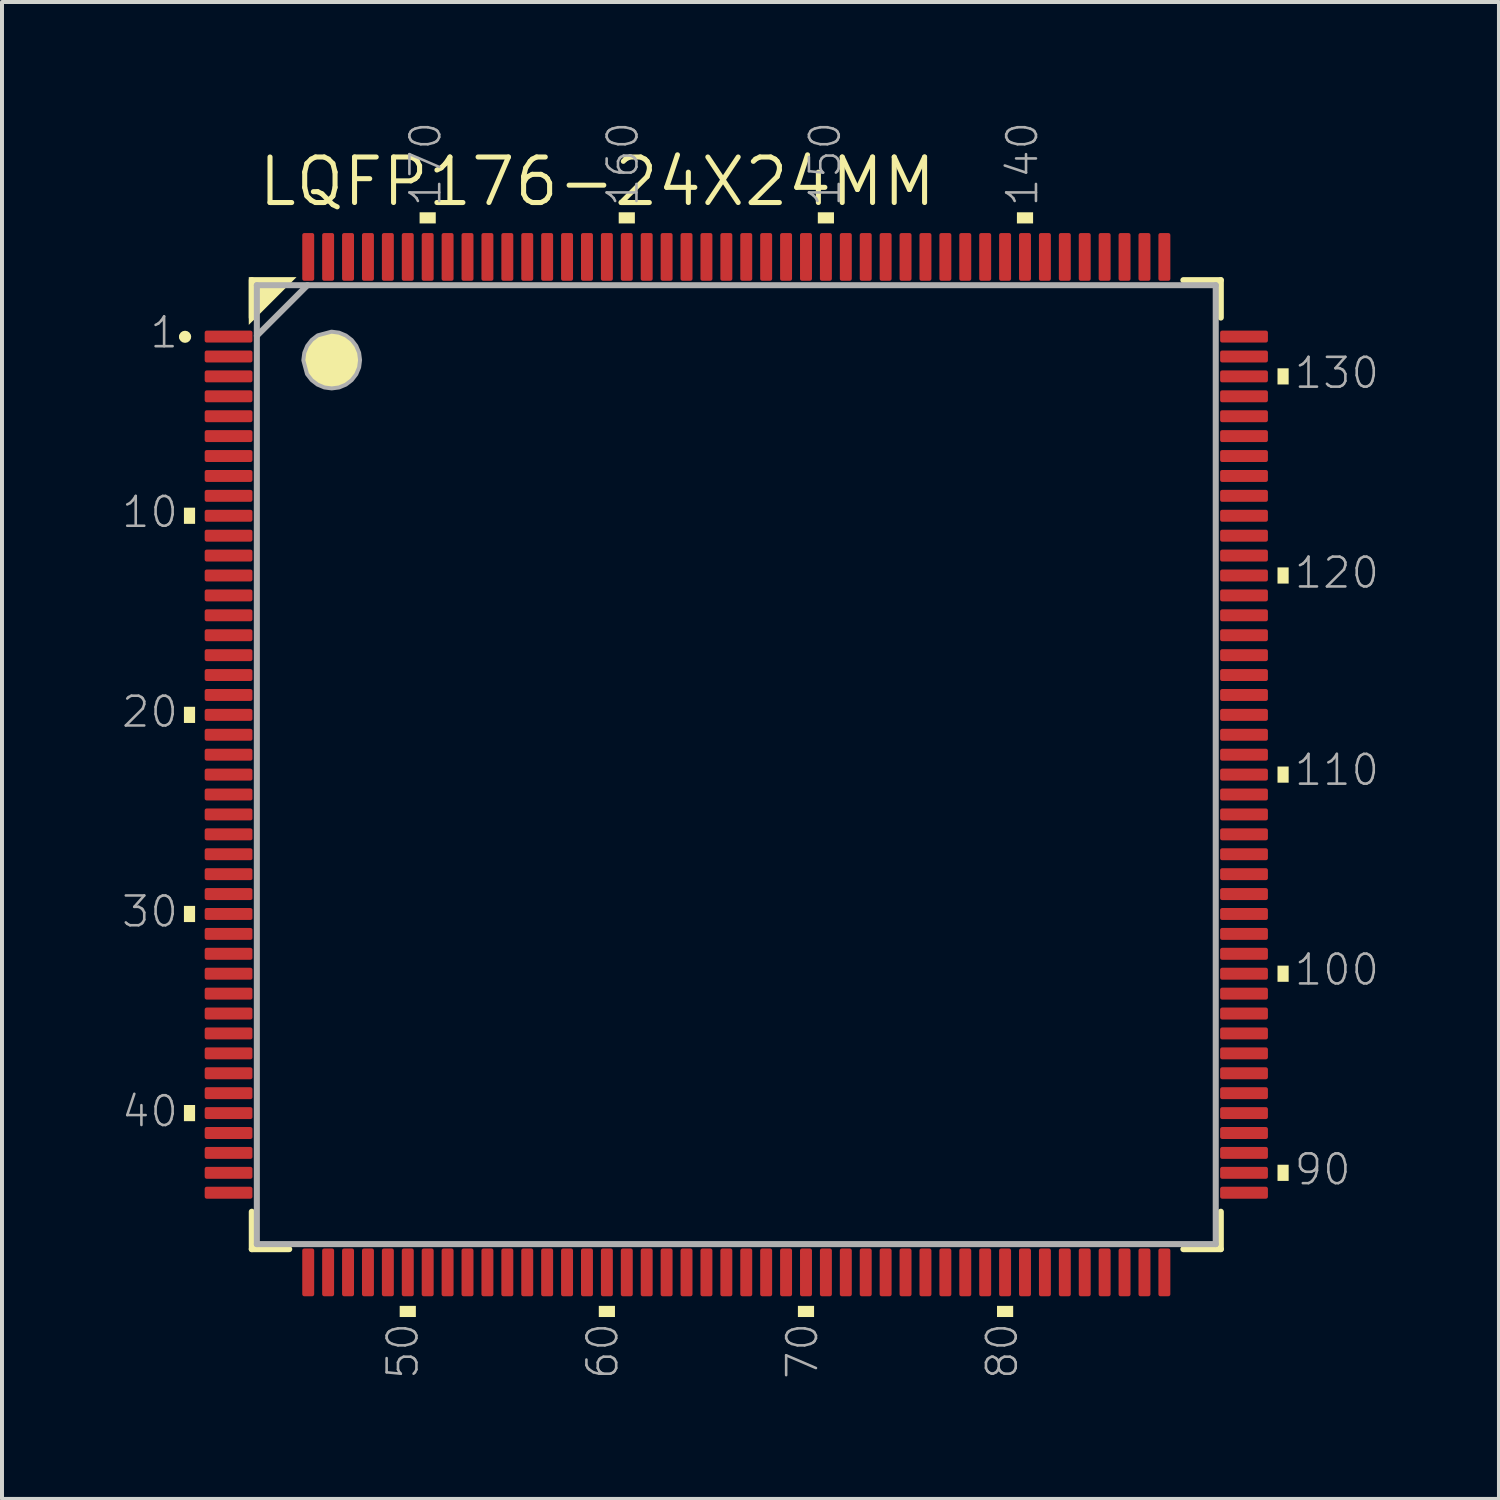
<source format=kicad_pcb>
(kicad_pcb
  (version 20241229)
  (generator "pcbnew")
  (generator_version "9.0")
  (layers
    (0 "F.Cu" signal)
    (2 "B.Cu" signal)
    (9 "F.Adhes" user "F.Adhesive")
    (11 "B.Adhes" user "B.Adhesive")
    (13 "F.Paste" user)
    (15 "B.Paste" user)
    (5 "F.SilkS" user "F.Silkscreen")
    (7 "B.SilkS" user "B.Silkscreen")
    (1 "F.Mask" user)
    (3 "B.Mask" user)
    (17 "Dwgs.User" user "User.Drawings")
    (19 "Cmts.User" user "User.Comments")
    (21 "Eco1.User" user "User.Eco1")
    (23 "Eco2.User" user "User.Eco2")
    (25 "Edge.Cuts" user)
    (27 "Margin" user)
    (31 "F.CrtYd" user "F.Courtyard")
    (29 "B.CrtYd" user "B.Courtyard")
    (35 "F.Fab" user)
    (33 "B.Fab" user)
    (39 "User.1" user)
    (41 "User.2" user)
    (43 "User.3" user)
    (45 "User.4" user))
  (footprint "LQFP176-24X24MM"
    (layer "F.Cu")
    (at 15.44 16.152)
    (property "Reference" "LQFP176-24X24MM" (at -12.065 -13.97 0) (layer "F.SilkS") (effects (font (size 1.143 1.143) (thickness 0.127)) (justify left bottom)))
    (fp_line (start -12.167 -12.167) (end -12.167 -11.227) (stroke (width 0.152) (type solid)) (layer "F.SilkS"))
    (fp_line (start -12.167 11.227) (end -12.167 12.167) (stroke (width 0.152) (type solid)) (layer "F.SilkS"))
    (fp_line (start -12.167 12.167) (end -11.227 12.167) (stroke (width 0.152) (type solid)) (layer "F.SilkS"))
    (fp_line (start 11.227 12.167) (end 12.167 12.167) (stroke (width 0.152) (type solid)) (layer "F.SilkS"))
    (fp_line (start 12.167 -12.167) (end 11.227 -12.167) (stroke (width 0.152) (type solid)) (layer "F.SilkS"))
    (fp_line (start 12.167 -11.227) (end 12.167 -12.167) (stroke (width 0.152) (type solid)) (layer "F.SilkS"))
    (fp_line (start 12.167 12.167) (end 12.167 11.227) (stroke (width 0.152) (type solid)) (layer "F.SilkS"))
    (fp_arc (start -13.9192 -10.7442) (mid -13.843 -10.8204) (end -13.7668 -10.7442) (stroke (width 0.1524) (type solid)) (layer "F.SilkS"))
    (fp_arc (start -13.7668 -10.7442) (mid -13.843 -10.668) (end -13.9192 -10.7442) (stroke (width 0.1524) (type solid)) (layer "F.SilkS"))
    (fp_poly (pts (xy -12.243 -11.043) (xy -12.243 -12.243) (xy -11.043 -12.243)) (stroke (width 0) (type default)) (fill yes) (layer "F.SilkS"))
    (fp_poly (pts (xy -13.591 -6.047) (xy -13.871 -6.047) (xy -13.871 -6.453) (xy -13.591 -6.453)) (stroke (width 0) (type default)) (fill yes) (layer "F.SilkS"))
    (fp_poly (pts (xy -13.591 -1.047) (xy -13.871 -1.047) (xy -13.871 -1.453) (xy -13.591 -1.453)) (stroke (width 0) (type default)) (fill yes) (layer "F.SilkS"))
    (fp_poly (pts (xy -13.591 3.953) (xy -13.871 3.953) (xy -13.871 3.547) (xy -13.591 3.547)) (stroke (width 0) (type default)) (fill yes) (layer "F.SilkS"))
    (fp_poly (pts (xy -13.591 8.953) (xy -13.871 8.953) (xy -13.871 8.547) (xy -13.591 8.547)) (stroke (width 0) (type default)) (fill yes) (layer "F.SilkS"))
    (fp_poly (pts (xy -8.047 13.871) (xy -8.453 13.871) (xy -8.453 13.591) (xy -8.047 13.591)) (stroke (width 0) (type default)) (fill yes) (layer "F.SilkS"))
    (fp_poly (pts (xy -7.547 -13.591) (xy -7.953 -13.591) (xy -7.953 -13.871) (xy -7.547 -13.871)) (stroke (width 0) (type default)) (fill yes) (layer "F.SilkS"))
    (fp_poly (pts (xy -3.047 13.871) (xy -3.453 13.871) (xy -3.453 13.591) (xy -3.047 13.591)) (stroke (width 0) (type default)) (fill yes) (layer "F.SilkS"))
    (fp_poly (pts (xy -2.547 -13.591) (xy -2.953 -13.591) (xy -2.953 -13.871) (xy -2.547 -13.871)) (stroke (width 0) (type default)) (fill yes) (layer "F.SilkS"))
    (fp_poly (pts (xy 1.953 13.871) (xy 1.547 13.871) (xy 1.547 13.591) (xy 1.953 13.591)) (stroke (width 0) (type default)) (fill yes) (layer "F.SilkS"))
    (fp_poly (pts (xy 2.453 -13.591) (xy 2.047 -13.591) (xy 2.047 -13.871) (xy 2.453 -13.871)) (stroke (width 0) (type default)) (fill yes) (layer "F.SilkS"))
    (fp_poly (pts (xy 6.953 13.871) (xy 6.547 13.871) (xy 6.547 13.591) (xy 6.953 13.591)) (stroke (width 0) (type default)) (fill yes) (layer "F.SilkS"))
    (fp_poly (pts (xy 7.453 -13.591) (xy 7.047 -13.591) (xy 7.047 -13.871) (xy 7.453 -13.871)) (stroke (width 0) (type default)) (fill yes) (layer "F.SilkS"))
    (fp_poly (pts (xy 13.871 -9.547) (xy 13.591 -9.547) (xy 13.591 -9.953) (xy 13.871 -9.953)) (stroke (width 0) (type default)) (fill yes) (layer "F.SilkS"))
    (fp_poly (pts (xy 13.871 -4.547) (xy 13.591 -4.547) (xy 13.591 -4.953) (xy 13.871 -4.953)) (stroke (width 0) (type default)) (fill yes) (layer "F.SilkS"))
    (fp_poly (pts (xy 13.871 0.453) (xy 13.591 0.453) (xy 13.591 0.047) (xy 13.871 0.047)) (stroke (width 0) (type default)) (fill yes) (layer "F.SilkS"))
    (fp_poly (pts (xy 13.871 5.453) (xy 13.591 5.453) (xy 13.591 5.047) (xy 13.871 5.047)) (stroke (width 0) (type default)) (fill yes) (layer "F.SilkS"))
    (fp_poly (pts (xy 13.871 10.453) (xy 13.591 10.453) (xy 13.591 10.047) (xy 13.871 10.047)) (stroke (width 0) (type default)) (fill yes) (layer "F.SilkS"))
    (fp_poly (pts (xy -9.976 -10.848) (xy -9.804 -10.776) (xy -9.657 -10.663) (xy -9.544 -10.516) (xy -9.472 -10.344) (xy -9.448 -10.16) (xy -9.472 -9.976) (xy -9.544 -9.804) (xy -9.657 -9.657) (xy -9.804 -9.544) (xy -9.976 -9.472) (xy -10.16 -9.448) (xy -10.344 -9.472) (xy -10.516 -9.544) (xy -10.663 -9.657) (xy -10.78 -9.808) (xy -10.873 -10.155) (xy -10.848 -10.344) (xy -10.776 -10.516) (xy -10.663 -10.663) (xy -10.512 -10.78) (xy -10.165 -10.873)) (stroke (width 0) (type default)) (fill yes) (layer "F.SilkS"))
    (fp_line (start -12.04 -12.04) (end -12.04 12.04) (stroke (width 0.152) (type solid)) (layer "F.Fab"))
    (fp_line (start -12.04 -10.77) (end -10.77 -12.04) (stroke (width 0.152) (type solid)) (layer "F.Fab"))
    (fp_line (start -12.04 12.04) (end 12.04 12.04) (stroke (width 0.152) (type solid)) (layer "F.Fab"))
    (fp_line (start 12.04 -12.04) (end -12.04 -12.04) (stroke (width 0.152) (type solid)) (layer "F.Fab"))
    (fp_line (start 12.04 12.04) (end 12.04 -12.04) (stroke (width 0.152) (type solid)) (layer "F.Fab"))
    (fp_poly (pts (xy -9.976 -10.848) (xy -9.804 -10.776) (xy -9.657 -10.663) (xy -9.544 -10.516) (xy -9.472 -10.344) (xy -9.448 -10.16) (xy -9.472 -9.976) (xy -9.544 -9.804) (xy -9.657 -9.657) (xy -9.804 -9.544) (xy -9.976 -9.472) (xy -10.16 -9.448) (xy -10.344 -9.472) (xy -10.516 -9.544) (xy -10.663 -9.657) (xy -10.78 -9.808) (xy -10.873 -10.155) (xy -10.848 -10.344) (xy -10.776 -10.516) (xy -10.663 -10.663) (xy -10.512 -10.78) (xy -10.165 -10.873)) (stroke (width 0.1) (type default)) (fill no) (layer "F.Fab"))
    (fp_text user "70" (at 2.095 13.97 90) (layer "F.Fab") (effects (font (size 0.748 0.748) (thickness 0.065)) (justify right bottom)))
    (fp_text user "10" (at -13.97 -5.905 0) (layer "F.Fab") (effects (font (size 0.748 0.748) (thickness 0.065)) (justify right bottom)))
    (fp_text user "130" (at 13.97 -9.398 0) (layer "F.Fab") (effects (font (size 0.748 0.748) (thickness 0.065)) (justify left bottom)))
    (fp_text user "110" (at 13.97 0.572 0) (layer "F.Fab") (effects (font (size 0.748 0.748) (thickness 0.065)) (justify left bottom)))
    (fp_text user "120" (at 13.97 -4.381 0) (layer "F.Fab") (effects (font (size 0.748 0.748) (thickness 0.065)) (justify left bottom)))
    (fp_text user "150" (at 2.667 -13.97 90) (layer "F.Fab") (effects (font (size 0.748 0.748) (thickness 0.065)) (justify left bottom)))
    (fp_text user "30" (at -13.97 4.128 0) (layer "F.Fab") (effects (font (size 0.748 0.748) (thickness 0.065)) (justify right bottom)))
    (fp_text user "90" (at 13.97 10.604 0) (layer "F.Fab") (effects (font (size 0.748 0.748) (thickness 0.065)) (justify left bottom)))
    (fp_text user "1" (at -13.97 -10.414 0) (layer "F.Fab") (effects (font (size 0.748 0.748) (thickness 0.065)) (justify right bottom)))
    (fp_text user "160" (at -2.413 -13.97 90) (layer "F.Fab") (effects (font (size 0.748 0.748) (thickness 0.065)) (justify left bottom)))
    (fp_text user "80" (at 7.112 13.97 90) (layer "F.Fab") (effects (font (size 0.748 0.748) (thickness 0.065)) (justify right bottom)))
    (fp_text user "100" (at 13.97 5.588 0) (layer "F.Fab") (effects (font (size 0.748 0.748) (thickness 0.065)) (justify left bottom)))
    (fp_text user "40" (at -13.97 9.144 0) (layer "F.Fab") (effects (font (size 0.748 0.748) (thickness 0.065)) (justify right bottom)))
    (fp_text user "60" (at -2.921 13.97 90) (layer "F.Fab") (effects (font (size 0.748 0.748) (thickness 0.065)) (justify right bottom)))
    (fp_text user "20" (at -13.97 -0.889 0) (layer "F.Fab") (effects (font (size 0.748 0.748) (thickness 0.065)) (justify right bottom)))
    (fp_text user "170" (at -7.366 -13.97 90) (layer "F.Fab") (effects (font (size 0.748 0.748) (thickness 0.065)) (justify left bottom)))
    (fp_text user "140" (at 7.62 -13.97 90) (layer "F.Fab") (effects (font (size 0.748 0.748) (thickness 0.065)) (justify left bottom)))
    (fp_text user "50" (at -7.938 13.97 90) (layer "F.Fab") (effects (font (size 0.748 0.748) (thickness 0.065)) (justify right bottom)))
    (pad "1" smd roundrect (at -12.75 -10.75) (size 1.2 0.3) (layers "F.Cu" "F.Mask" "F.Paste") (roundrect_rratio 0.169))
    (pad "2" smd roundrect (at -12.75 -10.25) (size 1.2 0.3) (layers "F.Cu" "F.Mask" "F.Paste") (roundrect_rratio 0.169))
    (pad "3" smd roundrect (at -12.75 -9.75) (size 1.2 0.3) (layers "F.Cu" "F.Mask" "F.Paste") (roundrect_rratio 0.169))
    (pad "4" smd roundrect (at -12.75 -9.25) (size 1.2 0.3) (layers "F.Cu" "F.Mask" "F.Paste") (roundrect_rratio 0.169))
    (pad "5" smd roundrect (at -12.75 -8.75) (size 1.2 0.3) (layers "F.Cu" "F.Mask" "F.Paste") (roundrect_rratio 0.169))
    (pad "6" smd roundrect (at -12.75 -8.25) (size 1.2 0.3) (layers "F.Cu" "F.Mask" "F.Paste") (roundrect_rratio 0.169))
    (pad "7" smd roundrect (at -12.75 -7.75) (size 1.2 0.3) (layers "F.Cu" "F.Mask" "F.Paste") (roundrect_rratio 0.169))
    (pad "8" smd roundrect (at -12.75 -7.25) (size 1.2 0.3) (layers "F.Cu" "F.Mask" "F.Paste") (roundrect_rratio 0.169))
    (pad "9" smd roundrect (at -12.75 -6.75) (size 1.2 0.3) (layers "F.Cu" "F.Mask" "F.Paste") (roundrect_rratio 0.169))
    (pad "10" smd roundrect (at -12.75 -6.25) (size 1.2 0.3) (layers "F.Cu" "F.Mask" "F.Paste") (roundrect_rratio 0.169))
    (pad "11" smd roundrect (at -12.75 -5.75) (size 1.2 0.3) (layers "F.Cu" "F.Mask" "F.Paste") (roundrect_rratio 0.169))
    (pad "12" smd roundrect (at -12.75 -5.25) (size 1.2 0.3) (layers "F.Cu" "F.Mask" "F.Paste") (roundrect_rratio 0.169))
    (pad "13" smd roundrect (at -12.75 -4.75) (size 1.2 0.3) (layers "F.Cu" "F.Mask" "F.Paste") (roundrect_rratio 0.169))
    (pad "14" smd roundrect (at -12.75 -4.25) (size 1.2 0.3) (layers "F.Cu" "F.Mask" "F.Paste") (roundrect_rratio 0.169))
    (pad "15" smd roundrect (at -12.75 -3.75) (size 1.2 0.3) (layers "F.Cu" "F.Mask" "F.Paste") (roundrect_rratio 0.169))
    (pad "16" smd roundrect (at -12.75 -3.25) (size 1.2 0.3) (layers "F.Cu" "F.Mask" "F.Paste") (roundrect_rratio 0.169))
    (pad "17" smd roundrect (at -12.75 -2.75) (size 1.2 0.3) (layers "F.Cu" "F.Mask" "F.Paste") (roundrect_rratio 0.169))
    (pad "18" smd roundrect (at -12.75 -2.25) (size 1.2 0.3) (layers "F.Cu" "F.Mask" "F.Paste") (roundrect_rratio 0.169))
    (pad "19" smd roundrect (at -12.75 -1.75) (size 1.2 0.3) (layers "F.Cu" "F.Mask" "F.Paste") (roundrect_rratio 0.169))
    (pad "20" smd roundrect (at -12.75 -1.25) (size 1.2 0.3) (layers "F.Cu" "F.Mask" "F.Paste") (roundrect_rratio 0.169))
    (pad "21" smd roundrect (at -12.75 -0.75) (size 1.2 0.3) (layers "F.Cu" "F.Mask" "F.Paste") (roundrect_rratio 0.169))
    (pad "22" smd roundrect (at -12.75 -0.25) (size 1.2 0.3) (layers "F.Cu" "F.Mask" "F.Paste") (roundrect_rratio 0.169))
    (pad "23" smd roundrect (at -12.75 0.25) (size 1.2 0.3) (layers "F.Cu" "F.Mask" "F.Paste") (roundrect_rratio 0.169))
    (pad "24" smd roundrect (at -12.75 0.75) (size 1.2 0.3) (layers "F.Cu" "F.Mask" "F.Paste") (roundrect_rratio 0.169))
    (pad "25" smd roundrect (at -12.75 1.25) (size 1.2 0.3) (layers "F.Cu" "F.Mask" "F.Paste") (roundrect_rratio 0.169))
    (pad "26" smd roundrect (at -12.75 1.75) (size 1.2 0.3) (layers "F.Cu" "F.Mask" "F.Paste") (roundrect_rratio 0.169))
    (pad "27" smd roundrect (at -12.75 2.25) (size 1.2 0.3) (layers "F.Cu" "F.Mask" "F.Paste") (roundrect_rratio 0.169))
    (pad "28" smd roundrect (at -12.75 2.75) (size 1.2 0.3) (layers "F.Cu" "F.Mask" "F.Paste") (roundrect_rratio 0.169))
    (pad "29" smd roundrect (at -12.75 3.25) (size 1.2 0.3) (layers "F.Cu" "F.Mask" "F.Paste") (roundrect_rratio 0.169))
    (pad "30" smd roundrect (at -12.75 3.75) (size 1.2 0.3) (layers "F.Cu" "F.Mask" "F.Paste") (roundrect_rratio 0.169))
    (pad "31" smd roundrect (at -12.75 4.25) (size 1.2 0.3) (layers "F.Cu" "F.Mask" "F.Paste") (roundrect_rratio 0.169))
    (pad "32" smd roundrect (at -12.75 4.75) (size 1.2 0.3) (layers "F.Cu" "F.Mask" "F.Paste") (roundrect_rratio 0.169))
    (pad "33" smd roundrect (at -12.75 5.25) (size 1.2 0.3) (layers "F.Cu" "F.Mask" "F.Paste") (roundrect_rratio 0.169))
    (pad "34" smd roundrect (at -12.75 5.75) (size 1.2 0.3) (layers "F.Cu" "F.Mask" "F.Paste") (roundrect_rratio 0.169))
    (pad "35" smd roundrect (at -12.75 6.25) (size 1.2 0.3) (layers "F.Cu" "F.Mask" "F.Paste") (roundrect_rratio 0.169))
    (pad "36" smd roundrect (at -12.75 6.75) (size 1.2 0.3) (layers "F.Cu" "F.Mask" "F.Paste") (roundrect_rratio 0.169))
    (pad "37" smd roundrect (at -12.75 7.25) (size 1.2 0.3) (layers "F.Cu" "F.Mask" "F.Paste") (roundrect_rratio 0.169))
    (pad "38" smd roundrect (at -12.75 7.75) (size 1.2 0.3) (layers "F.Cu" "F.Mask" "F.Paste") (roundrect_rratio 0.169))
    (pad "39" smd roundrect (at -12.75 8.25) (size 1.2 0.3) (layers "F.Cu" "F.Mask" "F.Paste") (roundrect_rratio 0.169))
    (pad "40" smd roundrect (at -12.75 8.75) (size 1.2 0.3) (layers "F.Cu" "F.Mask" "F.Paste") (roundrect_rratio 0.169))
    (pad "41" smd roundrect (at -12.75 9.25) (size 1.2 0.3) (layers "F.Cu" "F.Mask" "F.Paste") (roundrect_rratio 0.169))
    (pad "42" smd roundrect (at -12.75 9.75) (size 1.2 0.3) (layers "F.Cu" "F.Mask" "F.Paste") (roundrect_rratio 0.169))
    (pad "43" smd roundrect (at -12.75 10.25) (size 1.2 0.3) (layers "F.Cu" "F.Mask" "F.Paste") (roundrect_rratio 0.169))
    (pad "44" smd roundrect (at -12.75 10.75) (size 1.2 0.3) (layers "F.Cu" "F.Mask" "F.Paste") (roundrect_rratio 0.169))
    (pad "45" smd roundrect (at -10.75 12.75 90) (size 1.2 0.3) (layers "F.Cu" "F.Mask" "F.Paste") (roundrect_rratio 0.169))
    (pad "46" smd roundrect (at -10.25 12.75 90) (size 1.2 0.3) (layers "F.Cu" "F.Mask" "F.Paste") (roundrect_rratio 0.169))
    (pad "47" smd roundrect (at -9.75 12.75 90) (size 1.2 0.3) (layers "F.Cu" "F.Mask" "F.Paste") (roundrect_rratio 0.169))
    (pad "48" smd roundrect (at -9.25 12.75 90) (size 1.2 0.3) (layers "F.Cu" "F.Mask" "F.Paste") (roundrect_rratio 0.169))
    (pad "49" smd roundrect (at -8.75 12.75 90) (size 1.2 0.3) (layers "F.Cu" "F.Mask" "F.Paste") (roundrect_rratio 0.169))
    (pad "50" smd roundrect (at -8.25 12.75 90) (size 1.2 0.3) (layers "F.Cu" "F.Mask" "F.Paste") (roundrect_rratio 0.169))
    (pad "51" smd roundrect (at -7.75 12.75 90) (size 1.2 0.3) (layers "F.Cu" "F.Mask" "F.Paste") (roundrect_rratio 0.169))
    (pad "52" smd roundrect (at -7.25 12.75 90) (size 1.2 0.3) (layers "F.Cu" "F.Mask" "F.Paste") (roundrect_rratio 0.169))
    (pad "53" smd roundrect (at -6.75 12.75 90) (size 1.2 0.3) (layers "F.Cu" "F.Mask" "F.Paste") (roundrect_rratio 0.169))
    (pad "54" smd roundrect (at -6.25 12.75 90) (size 1.2 0.3) (layers "F.Cu" "F.Mask" "F.Paste") (roundrect_rratio 0.169))
    (pad "55" smd roundrect (at -5.75 12.75 90) (size 1.2 0.3) (layers "F.Cu" "F.Mask" "F.Paste") (roundrect_rratio 0.169))
    (pad "56" smd roundrect (at -5.25 12.75 90) (size 1.2 0.3) (layers "F.Cu" "F.Mask" "F.Paste") (roundrect_rratio 0.169))
    (pad "57" smd roundrect (at -4.75 12.75 90) (size 1.2 0.3) (layers "F.Cu" "F.Mask" "F.Paste") (roundrect_rratio 0.169))
    (pad "58" smd roundrect (at -4.25 12.75 90) (size 1.2 0.3) (layers "F.Cu" "F.Mask" "F.Paste") (roundrect_rratio 0.169))
    (pad "59" smd roundrect (at -3.75 12.75 90) (size 1.2 0.3) (layers "F.Cu" "F.Mask" "F.Paste") (roundrect_rratio 0.169))
    (pad "60" smd roundrect (at -3.25 12.75 90) (size 1.2 0.3) (layers "F.Cu" "F.Mask" "F.Paste") (roundrect_rratio 0.169))
    (pad "61" smd roundrect (at -2.75 12.75 90) (size 1.2 0.3) (layers "F.Cu" "F.Mask" "F.Paste") (roundrect_rratio 0.169))
    (pad "62" smd roundrect (at -2.25 12.75 90) (size 1.2 0.3) (layers "F.Cu" "F.Mask" "F.Paste") (roundrect_rratio 0.169))
    (pad "63" smd roundrect (at -1.75 12.75 90) (size 1.2 0.3) (layers "F.Cu" "F.Mask" "F.Paste") (roundrect_rratio 0.169))
    (pad "64" smd roundrect (at -1.25 12.75 90) (size 1.2 0.3) (layers "F.Cu" "F.Mask" "F.Paste") (roundrect_rratio 0.169))
    (pad "65" smd roundrect (at -0.75 12.75 90) (size 1.2 0.3) (layers "F.Cu" "F.Mask" "F.Paste") (roundrect_rratio 0.169))
    (pad "66" smd roundrect (at -0.25 12.75 90) (size 1.2 0.3) (layers "F.Cu" "F.Mask" "F.Paste") (roundrect_rratio 0.169))
    (pad "67" smd roundrect (at 0.25 12.75 90) (size 1.2 0.3) (layers "F.Cu" "F.Mask" "F.Paste") (roundrect_rratio 0.169))
    (pad "68" smd roundrect (at 0.75 12.75 90) (size 1.2 0.3) (layers "F.Cu" "F.Mask" "F.Paste") (roundrect_rratio 0.169))
    (pad "69" smd roundrect (at 1.25 12.75 90) (size 1.2 0.3) (layers "F.Cu" "F.Mask" "F.Paste") (roundrect_rratio 0.169))
    (pad "70" smd roundrect (at 1.75 12.75 90) (size 1.2 0.3) (layers "F.Cu" "F.Mask" "F.Paste") (roundrect_rratio 0.169))
    (pad "71" smd roundrect (at 2.25 12.75 90) (size 1.2 0.3) (layers "F.Cu" "F.Mask" "F.Paste") (roundrect_rratio 0.169))
    (pad "72" smd roundrect (at 2.75 12.75 90) (size 1.2 0.3) (layers "F.Cu" "F.Mask" "F.Paste") (roundrect_rratio 0.169))
    (pad "73" smd roundrect (at 3.25 12.75 90) (size 1.2 0.3) (layers "F.Cu" "F.Mask" "F.Paste") (roundrect_rratio 0.169))
    (pad "74" smd roundrect (at 3.75 12.75 90) (size 1.2 0.3) (layers "F.Cu" "F.Mask" "F.Paste") (roundrect_rratio 0.169))
    (pad "75" smd roundrect (at 4.25 12.75 90) (size 1.2 0.3) (layers "F.Cu" "F.Mask" "F.Paste") (roundrect_rratio 0.169))
    (pad "76" smd roundrect (at 4.75 12.75 90) (size 1.2 0.3) (layers "F.Cu" "F.Mask" "F.Paste") (roundrect_rratio 0.169))
    (pad "77" smd roundrect (at 5.25 12.75 90) (size 1.2 0.3) (layers "F.Cu" "F.Mask" "F.Paste") (roundrect_rratio 0.169))
    (pad "78" smd roundrect (at 5.75 12.75 90) (size 1.2 0.3) (layers "F.Cu" "F.Mask" "F.Paste") (roundrect_rratio 0.169))
    (pad "79" smd roundrect (at 6.25 12.75 90) (size 1.2 0.3) (layers "F.Cu" "F.Mask" "F.Paste") (roundrect_rratio 0.169))
    (pad "80" smd roundrect (at 6.75 12.75 90) (size 1.2 0.3) (layers "F.Cu" "F.Mask" "F.Paste") (roundrect_rratio 0.169))
    (pad "81" smd roundrect (at 7.25 12.75 90) (size 1.2 0.3) (layers "F.Cu" "F.Mask" "F.Paste") (roundrect_rratio 0.169))
    (pad "82" smd roundrect (at 7.75 12.75 90) (size 1.2 0.3) (layers "F.Cu" "F.Mask" "F.Paste") (roundrect_rratio 0.169))
    (pad "83" smd roundrect (at 8.25 12.75 90) (size 1.2 0.3) (layers "F.Cu" "F.Mask" "F.Paste") (roundrect_rratio 0.169))
    (pad "84" smd roundrect (at 8.75 12.75 90) (size 1.2 0.3) (layers "F.Cu" "F.Mask" "F.Paste") (roundrect_rratio 0.169))
    (pad "85" smd roundrect (at 9.25 12.75 90) (size 1.2 0.3) (layers "F.Cu" "F.Mask" "F.Paste") (roundrect_rratio 0.169))
    (pad "86" smd roundrect (at 9.75 12.75 90) (size 1.2 0.3) (layers "F.Cu" "F.Mask" "F.Paste") (roundrect_rratio 0.169))
    (pad "87" smd roundrect (at 10.25 12.75 90) (size 1.2 0.3) (layers "F.Cu" "F.Mask" "F.Paste") (roundrect_rratio 0.169))
    (pad "88" smd roundrect (at 10.75 12.75 90) (size 1.2 0.3) (layers "F.Cu" "F.Mask" "F.Paste") (roundrect_rratio 0.169))
    (pad "89" smd roundrect (at 12.75 10.75 180) (size 1.2 0.3) (layers "F.Cu" "F.Mask" "F.Paste") (roundrect_rratio 0.169))
    (pad "90" smd roundrect (at 12.75 10.25 180) (size 1.2 0.3) (layers "F.Cu" "F.Mask" "F.Paste") (roundrect_rratio 0.169))
    (pad "91" smd roundrect (at 12.75 9.75 180) (size 1.2 0.3) (layers "F.Cu" "F.Mask" "F.Paste") (roundrect_rratio 0.169))
    (pad "92" smd roundrect (at 12.75 9.25 180) (size 1.2 0.3) (layers "F.Cu" "F.Mask" "F.Paste") (roundrect_rratio 0.169))
    (pad "93" smd roundrect (at 12.75 8.75 180) (size 1.2 0.3) (layers "F.Cu" "F.Mask" "F.Paste") (roundrect_rratio 0.169))
    (pad "94" smd roundrect (at 12.75 8.25 180) (size 1.2 0.3) (layers "F.Cu" "F.Mask" "F.Paste") (roundrect_rratio 0.169))
    (pad "95" smd roundrect (at 12.75 7.75 180) (size 1.2 0.3) (layers "F.Cu" "F.Mask" "F.Paste") (roundrect_rratio 0.169))
    (pad "96" smd roundrect (at 12.75 7.25 180) (size 1.2 0.3) (layers "F.Cu" "F.Mask" "F.Paste") (roundrect_rratio 0.169))
    (pad "97" smd roundrect (at 12.75 6.75 180) (size 1.2 0.3) (layers "F.Cu" "F.Mask" "F.Paste") (roundrect_rratio 0.169))
    (pad "98" smd roundrect (at 12.75 6.25 180) (size 1.2 0.3) (layers "F.Cu" "F.Mask" "F.Paste") (roundrect_rratio 0.169))
    (pad "99" smd roundrect (at 12.75 5.75 180) (size 1.2 0.3) (layers "F.Cu" "F.Mask" "F.Paste") (roundrect_rratio 0.169))
    (pad "100" smd roundrect (at 12.75 5.25 180) (size 1.2 0.3) (layers "F.Cu" "F.Mask" "F.Paste") (roundrect_rratio 0.169))
    (pad "101" smd roundrect (at 12.75 4.75 180) (size 1.2 0.3) (layers "F.Cu" "F.Mask" "F.Paste") (roundrect_rratio 0.169))
    (pad "102" smd roundrect (at 12.75 4.25 180) (size 1.2 0.3) (layers "F.Cu" "F.Mask" "F.Paste") (roundrect_rratio 0.169))
    (pad "103" smd roundrect (at 12.75 3.75 180) (size 1.2 0.3) (layers "F.Cu" "F.Mask" "F.Paste") (roundrect_rratio 0.169))
    (pad "104" smd roundrect (at 12.75 3.25 180) (size 1.2 0.3) (layers "F.Cu" "F.Mask" "F.Paste") (roundrect_rratio 0.169))
    (pad "105" smd roundrect (at 12.75 2.75 180) (size 1.2 0.3) (layers "F.Cu" "F.Mask" "F.Paste") (roundrect_rratio 0.169))
    (pad "106" smd roundrect (at 12.75 2.25 180) (size 1.2 0.3) (layers "F.Cu" "F.Mask" "F.Paste") (roundrect_rratio 0.169))
    (pad "107" smd roundrect (at 12.75 1.75 180) (size 1.2 0.3) (layers "F.Cu" "F.Mask" "F.Paste") (roundrect_rratio 0.169))
    (pad "108" smd roundrect (at 12.75 1.25 180) (size 1.2 0.3) (layers "F.Cu" "F.Mask" "F.Paste") (roundrect_rratio 0.169))
    (pad "109" smd roundrect (at 12.75 0.75 180) (size 1.2 0.3) (layers "F.Cu" "F.Mask" "F.Paste") (roundrect_rratio 0.169))
    (pad "110" smd roundrect (at 12.75 0.25 180) (size 1.2 0.3) (layers "F.Cu" "F.Mask" "F.Paste") (roundrect_rratio 0.169))
    (pad "111" smd roundrect (at 12.75 -0.25 180) (size 1.2 0.3) (layers "F.Cu" "F.Mask" "F.Paste") (roundrect_rratio 0.169))
    (pad "112" smd roundrect (at 12.75 -0.75 180) (size 1.2 0.3) (layers "F.Cu" "F.Mask" "F.Paste") (roundrect_rratio 0.169))
    (pad "113" smd roundrect (at 12.75 -1.25 180) (size 1.2 0.3) (layers "F.Cu" "F.Mask" "F.Paste") (roundrect_rratio 0.169))
    (pad "114" smd roundrect (at 12.75 -1.75 180) (size 1.2 0.3) (layers "F.Cu" "F.Mask" "F.Paste") (roundrect_rratio 0.169))
    (pad "115" smd roundrect (at 12.75 -2.25 180) (size 1.2 0.3) (layers "F.Cu" "F.Mask" "F.Paste") (roundrect_rratio 0.169))
    (pad "116" smd roundrect (at 12.75 -2.75 180) (size 1.2 0.3) (layers "F.Cu" "F.Mask" "F.Paste") (roundrect_rratio 0.169))
    (pad "117" smd roundrect (at 12.75 -3.25 180) (size 1.2 0.3) (layers "F.Cu" "F.Mask" "F.Paste") (roundrect_rratio 0.169))
    (pad "118" smd roundrect (at 12.75 -3.75 180) (size 1.2 0.3) (layers "F.Cu" "F.Mask" "F.Paste") (roundrect_rratio 0.169))
    (pad "119" smd roundrect (at 12.75 -4.25 180) (size 1.2 0.3) (layers "F.Cu" "F.Mask" "F.Paste") (roundrect_rratio 0.169))
    (pad "120" smd roundrect (at 12.75 -4.75 180) (size 1.2 0.3) (layers "F.Cu" "F.Mask" "F.Paste") (roundrect_rratio 0.169))
    (pad "121" smd roundrect (at 12.75 -5.25 180) (size 1.2 0.3) (layers "F.Cu" "F.Mask" "F.Paste") (roundrect_rratio 0.169))
    (pad "122" smd roundrect (at 12.75 -5.75 180) (size 1.2 0.3) (layers "F.Cu" "F.Mask" "F.Paste") (roundrect_rratio 0.169))
    (pad "123" smd roundrect (at 12.75 -6.25 180) (size 1.2 0.3) (layers "F.Cu" "F.Mask" "F.Paste") (roundrect_rratio 0.169))
    (pad "124" smd roundrect (at 12.75 -6.75 180) (size 1.2 0.3) (layers "F.Cu" "F.Mask" "F.Paste") (roundrect_rratio 0.169))
    (pad "125" smd roundrect (at 12.75 -7.25 180) (size 1.2 0.3) (layers "F.Cu" "F.Mask" "F.Paste") (roundrect_rratio 0.169))
    (pad "126" smd roundrect (at 12.75 -7.75 180) (size 1.2 0.3) (layers "F.Cu" "F.Mask" "F.Paste") (roundrect_rratio 0.169))
    (pad "127" smd roundrect (at 12.75 -8.25 180) (size 1.2 0.3) (layers "F.Cu" "F.Mask" "F.Paste") (roundrect_rratio 0.169))
    (pad "128" smd roundrect (at 12.75 -8.75 180) (size 1.2 0.3) (layers "F.Cu" "F.Mask" "F.Paste") (roundrect_rratio 0.169))
    (pad "129" smd roundrect (at 12.75 -9.25 180) (size 1.2 0.3) (layers "F.Cu" "F.Mask" "F.Paste") (roundrect_rratio 0.169))
    (pad "130" smd roundrect (at 12.75 -9.75 180) (size 1.2 0.3) (layers "F.Cu" "F.Mask" "F.Paste") (roundrect_rratio 0.169))
    (pad "131" smd roundrect (at 12.75 -10.25 180) (size 1.2 0.3) (layers "F.Cu" "F.Mask" "F.Paste") (roundrect_rratio 0.169))
    (pad "132" smd roundrect (at 12.75 -10.75 180) (size 1.2 0.3) (layers "F.Cu" "F.Mask" "F.Paste") (roundrect_rratio 0.169))
    (pad "133" smd roundrect (at 10.75 -12.75 270) (size 1.2 0.3) (layers "F.Cu" "F.Mask" "F.Paste") (roundrect_rratio 0.169))
    (pad "134" smd roundrect (at 10.25 -12.75 270) (size 1.2 0.3) (layers "F.Cu" "F.Mask" "F.Paste") (roundrect_rratio 0.169))
    (pad "135" smd roundrect (at 9.75 -12.75 270) (size 1.2 0.3) (layers "F.Cu" "F.Mask" "F.Paste") (roundrect_rratio 0.169))
    (pad "136" smd roundrect (at 9.25 -12.75 270) (size 1.2 0.3) (layers "F.Cu" "F.Mask" "F.Paste") (roundrect_rratio 0.169))
    (pad "137" smd roundrect (at 8.75 -12.75 270) (size 1.2 0.3) (layers "F.Cu" "F.Mask" "F.Paste") (roundrect_rratio 0.169))
    (pad "138" smd roundrect (at 8.25 -12.75 270) (size 1.2 0.3) (layers "F.Cu" "F.Mask" "F.Paste") (roundrect_rratio 0.169))
    (pad "139" smd roundrect (at 7.75 -12.75 270) (size 1.2 0.3) (layers "F.Cu" "F.Mask" "F.Paste") (roundrect_rratio 0.169))
    (pad "140" smd roundrect (at 7.25 -12.75 270) (size 1.2 0.3) (layers "F.Cu" "F.Mask" "F.Paste") (roundrect_rratio 0.169))
    (pad "141" smd roundrect (at 6.75 -12.75 270) (size 1.2 0.3) (layers "F.Cu" "F.Mask" "F.Paste") (roundrect_rratio 0.169))
    (pad "142" smd roundrect (at 6.25 -12.75 270) (size 1.2 0.3) (layers "F.Cu" "F.Mask" "F.Paste") (roundrect_rratio 0.169))
    (pad "143" smd roundrect (at 5.75 -12.75 270) (size 1.2 0.3) (layers "F.Cu" "F.Mask" "F.Paste") (roundrect_rratio 0.169))
    (pad "144" smd roundrect (at 5.25 -12.75 270) (size 1.2 0.3) (layers "F.Cu" "F.Mask" "F.Paste") (roundrect_rratio 0.169))
    (pad "145" smd roundrect (at 4.75 -12.75 270) (size 1.2 0.3) (layers "F.Cu" "F.Mask" "F.Paste") (roundrect_rratio 0.169))
    (pad "146" smd roundrect (at 4.25 -12.75 270) (size 1.2 0.3) (layers "F.Cu" "F.Mask" "F.Paste") (roundrect_rratio 0.169))
    (pad "147" smd roundrect (at 3.75 -12.75 270) (size 1.2 0.3) (layers "F.Cu" "F.Mask" "F.Paste") (roundrect_rratio 0.169))
    (pad "148" smd roundrect (at 3.25 -12.75 270) (size 1.2 0.3) (layers "F.Cu" "F.Mask" "F.Paste") (roundrect_rratio 0.169))
    (pad "149" smd roundrect (at 2.75 -12.75 270) (size 1.2 0.3) (layers "F.Cu" "F.Mask" "F.Paste") (roundrect_rratio 0.169))
    (pad "150" smd roundrect (at 2.25 -12.75 270) (size 1.2 0.3) (layers "F.Cu" "F.Mask" "F.Paste") (roundrect_rratio 0.169))
    (pad "151" smd roundrect (at 1.75 -12.75 270) (size 1.2 0.3) (layers "F.Cu" "F.Mask" "F.Paste") (roundrect_rratio 0.169))
    (pad "152" smd roundrect (at 1.25 -12.75 270) (size 1.2 0.3) (layers "F.Cu" "F.Mask" "F.Paste") (roundrect_rratio 0.169))
    (pad "153" smd roundrect (at 0.75 -12.75 270) (size 1.2 0.3) (layers "F.Cu" "F.Mask" "F.Paste") (roundrect_rratio 0.169))
    (pad "154" smd roundrect (at 0.25 -12.75 270) (size 1.2 0.3) (layers "F.Cu" "F.Mask" "F.Paste") (roundrect_rratio 0.169))
    (pad "155" smd roundrect (at -0.25 -12.75 270) (size 1.2 0.3) (layers "F.Cu" "F.Mask" "F.Paste") (roundrect_rratio 0.169))
    (pad "156" smd roundrect (at -0.75 -12.75 270) (size 1.2 0.3) (layers "F.Cu" "F.Mask" "F.Paste") (roundrect_rratio 0.169))
    (pad "157" smd roundrect (at -1.25 -12.75 270) (size 1.2 0.3) (layers "F.Cu" "F.Mask" "F.Paste") (roundrect_rratio 0.169))
    (pad "158" smd roundrect (at -1.75 -12.75 270) (size 1.2 0.3) (layers "F.Cu" "F.Mask" "F.Paste") (roundrect_rratio 0.169))
    (pad "159" smd roundrect (at -2.25 -12.75 270) (size 1.2 0.3) (layers "F.Cu" "F.Mask" "F.Paste") (roundrect_rratio 0.169))
    (pad "160" smd roundrect (at -2.75 -12.75 270) (size 1.2 0.3) (layers "F.Cu" "F.Mask" "F.Paste") (roundrect_rratio 0.169))
    (pad "161" smd roundrect (at -3.25 -12.75 270) (size 1.2 0.3) (layers "F.Cu" "F.Mask" "F.Paste") (roundrect_rratio 0.169))
    (pad "162" smd roundrect (at -3.75 -12.75 270) (size 1.2 0.3) (layers "F.Cu" "F.Mask" "F.Paste") (roundrect_rratio 0.169))
    (pad "163" smd roundrect (at -4.25 -12.75 270) (size 1.2 0.3) (layers "F.Cu" "F.Mask" "F.Paste") (roundrect_rratio 0.169))
    (pad "164" smd roundrect (at -4.75 -12.75 270) (size 1.2 0.3) (layers "F.Cu" "F.Mask" "F.Paste") (roundrect_rratio 0.169))
    (pad "165" smd roundrect (at -5.25 -12.75 270) (size 1.2 0.3) (layers "F.Cu" "F.Mask" "F.Paste") (roundrect_rratio 0.169))
    (pad "166" smd roundrect (at -5.75 -12.75 270) (size 1.2 0.3) (layers "F.Cu" "F.Mask" "F.Paste") (roundrect_rratio 0.169))
    (pad "167" smd roundrect (at -6.25 -12.75 270) (size 1.2 0.3) (layers "F.Cu" "F.Mask" "F.Paste") (roundrect_rratio 0.169))
    (pad "168" smd roundrect (at -6.75 -12.75 270) (size 1.2 0.3) (layers "F.Cu" "F.Mask" "F.Paste") (roundrect_rratio 0.169))
    (pad "169" smd roundrect (at -7.25 -12.75 270) (size 1.2 0.3) (layers "F.Cu" "F.Mask" "F.Paste") (roundrect_rratio 0.169))
    (pad "170" smd roundrect (at -7.75 -12.75 270) (size 1.2 0.3) (layers "F.Cu" "F.Mask" "F.Paste") (roundrect_rratio 0.169))
    (pad "171" smd roundrect (at -8.25 -12.75 270) (size 1.2 0.3) (layers "F.Cu" "F.Mask" "F.Paste") (roundrect_rratio 0.169))
    (pad "172" smd roundrect (at -8.75 -12.75 270) (size 1.2 0.3) (layers "F.Cu" "F.Mask" "F.Paste") (roundrect_rratio 0.169))
    (pad "173" smd roundrect (at -9.25 -12.75 270) (size 1.2 0.3) (layers "F.Cu" "F.Mask" "F.Paste") (roundrect_rratio 0.169))
    (pad "174" smd roundrect (at -9.75 -12.75 270) (size 1.2 0.3) (layers "F.Cu" "F.Mask" "F.Paste") (roundrect_rratio 0.169))
    (pad "175" smd roundrect (at -10.25 -12.75 270) (size 1.2 0.3) (layers "F.Cu" "F.Mask" "F.Paste") (roundrect_rratio 0.169))
    (pad "176" smd roundrect (at -10.75 -12.75 270) (size 1.2 0.3) (layers "F.Cu" "F.Mask" "F.Paste") (roundrect_rratio 0.169)))
  (gr_rect
    (start -3 -3)
    (end 34.592 34.592)
    (stroke (width 0.1) (type default))
    (fill no)
    (layer "Edge.Cuts")))
</source>
